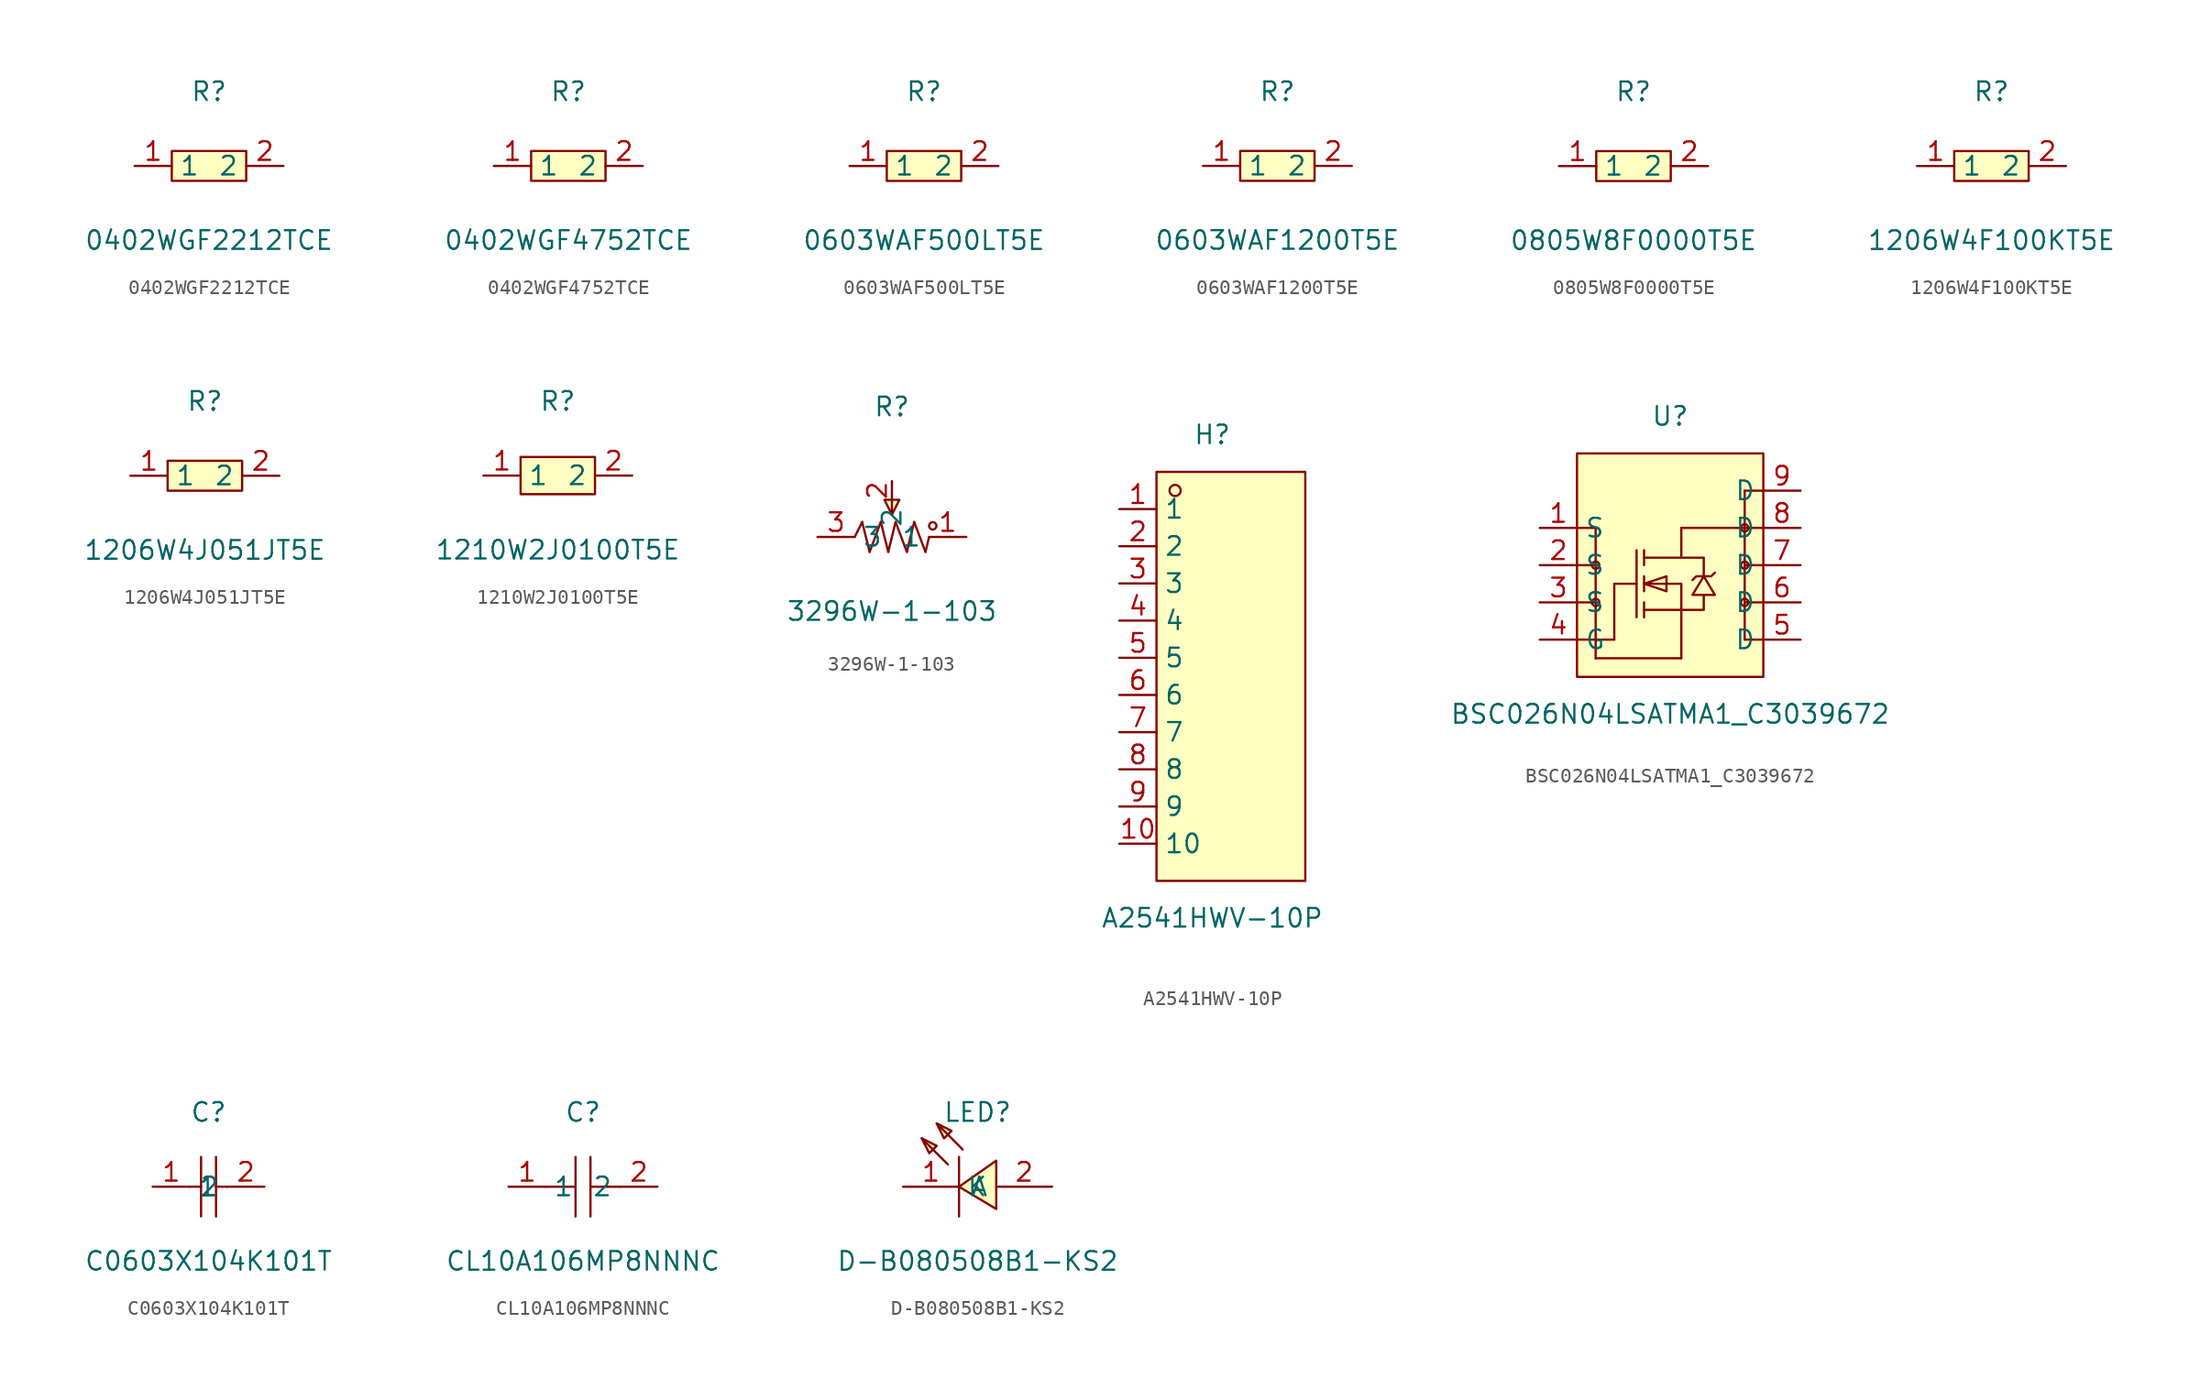
<source format=kicad_sym>
(kicad_symbol_lib
  (version 20231120)
  (generator "kicad_symbol_editor")
  (generator_version "8.0")
  (symbol "0402WGF2212TCE"
    (property "Reference" "R"
      (at 0 5.08 0)
      (effects (font (size 1.27 1.27))))
    (property "Value" "0402WGF2212TCE"
      (at 0 -5.08 0)
      (effects (font (size 1.27 1.27))))
    (symbol "0402WGF2212TCE_0_1"
      (rectangle (start -2.54 1.02) (end 2.54 -1.02) (stroke (width 0) (type default)) (fill (type background)))
      (pin input line (at -5.08 0 0) (length 2.54) (name "1" (effects (font (size 1.27 1.27)))) (number "1" (effects (font (size 1.27 1.27)))))
      (pin input line (at 5.08 0 180) (length 2.54) (name "2" (effects (font (size 1.27 1.27)))) (number "2" (effects (font (size 1.27 1.27)))))))
  (symbol "0402WGF4752TCE"
    (property "Reference" "R"
      (at 0 5.08 0)
      (effects (font (size 1.27 1.27))))
    (property "Value" "0402WGF4752TCE"
      (at 0 -5.08 0)
      (effects (font (size 1.27 1.27))))
    (symbol "0402WGF4752TCE_0_1"
      (rectangle (start -2.54 1.02) (end 2.54 -1.02) (stroke (width 0) (type default)) (fill (type background)))
      (pin input line (at -5.08 0 0) (length 2.54) (name "1" (effects (font (size 1.27 1.27)))) (number "1" (effects (font (size 1.27 1.27)))))
      (pin input line (at 5.08 0 180) (length 2.54) (name "2" (effects (font (size 1.27 1.27)))) (number "2" (effects (font (size 1.27 1.27)))))))
  (symbol "0603WAF500LT5E"
    (property "Reference" "R"
      (at 0 5.08 0)
      (effects (font (size 1.27 1.27))))
    (property "Value" "0603WAF500LT5E"
      (at 0 -5.08 0)
      (effects (font (size 1.27 1.27))))
    (symbol "0603WAF500LT5E_0_1"
      (rectangle (start -2.54 1.02) (end 2.54 -1.02) (stroke (width 0) (type default)) (fill (type background)))
      (pin input line (at -5.08 0 0) (length 2.54) (name "1" (effects (font (size 1.27 1.27)))) (number "1" (effects (font (size 1.27 1.27)))))
      (pin input line (at 5.08 0 180) (length 2.54) (name "2" (effects (font (size 1.27 1.27)))) (number "2" (effects (font (size 1.27 1.27)))))))
  (symbol "0603WAF1200T5E"
    (property "Reference" "R"
      (at 0 5.08 0)
      (effects (font (size 1.27 1.27))))
    (property "Value" "0603WAF1200T5E"
      (at 0 -5.08 0)
      (effects (font (size 1.27 1.27))))
    (symbol "0603WAF1200T5E_0_1"
      (rectangle (start -2.54 1.02) (end 2.54 -1.02) (stroke (width 0) (type default)) (fill (type background)))
      (pin input line (at -5.08 0 0) (length 2.54) (name "1" (effects (font (size 1.27 1.27)))) (number "1" (effects (font (size 1.27 1.27)))))
      (pin input line (at 5.08 0 180) (length 2.54) (name "2" (effects (font (size 1.27 1.27)))) (number "2" (effects (font (size 1.27 1.27)))))))
  (symbol "0805W8F0000T5E"
    (property "Reference" "R"
      (at 0 5.08 0)
      (effects (font (size 1.27 1.27))))
    (property "Value" "0805W8F0000T5E"
      (at 0 -5.08 0)
      (effects (font (size 1.27 1.27))))
    (symbol "0805W8F0000T5E_0_1"
      (rectangle (start -2.54 1.02) (end 2.54 -1.02) (stroke (width 0) (type default)) (fill (type background)))
      (pin input line (at -5.08 0 0) (length 2.54) (name "1" (effects (font (size 1.27 1.27)))) (number "1" (effects (font (size 1.27 1.27)))))
      (pin input line (at 5.08 0 180) (length 2.54) (name "2" (effects (font (size 1.27 1.27)))) (number "2" (effects (font (size 1.27 1.27)))))))
  (symbol "1206W4F100KT5E"
    (property "Reference" "R"
      (at 0 5.08 0)
      (effects (font (size 1.27 1.27))))
    (property "Value" "1206W4F100KT5E"
      (at 0 -5.08 0)
      (effects (font (size 1.27 1.27))))
    (symbol "1206W4F100KT5E_0_1"
      (rectangle (start -2.54 1.02) (end 2.54 -1.02) (stroke (width 0) (type default)) (fill (type background)))
      (pin input line (at -5.08 0 0) (length 2.54) (name "1" (effects (font (size 1.27 1.27)))) (number "1" (effects (font (size 1.27 1.27)))))
      (pin input line (at 5.08 0 180) (length 2.54) (name "2" (effects (font (size 1.27 1.27)))) (number "2" (effects (font (size 1.27 1.27)))))))
  (symbol "1206W4J051JT5E"
    (property "Reference" "R"
      (at 0 5.08 0)
      (effects (font (size 1.27 1.27))))
    (property "Value" "1206W4J051JT5E"
      (at 0 -5.08 0)
      (effects (font (size 1.27 1.27))))
    (symbol "1206W4J051JT5E_0_1"
      (rectangle (start -2.54 1.02) (end 2.54 -1.02) (stroke (width 0) (type default)) (fill (type background)))
      (pin input line (at -5.08 0 0) (length 2.54) (name "1" (effects (font (size 1.27 1.27)))) (number "1" (effects (font (size 1.27 1.27)))))
      (pin input line (at 5.08 0 180) (length 2.54) (name "2" (effects (font (size 1.27 1.27)))) (number "2" (effects (font (size 1.27 1.27)))))))
  (symbol "1210W2J0100T5E"
    (property "Reference" "R"
      (at 0 5.08 0)
      (effects (font (size 1.27 1.27))))
    (property "Value" "1210W2J0100T5E"
      (at 0 -5.08 0)
      (effects (font (size 1.27 1.27))))
    (symbol "1210W2J0100T5E_0_1"
      (rectangle (start -2.54 1.27) (end 2.54 -1.27) (stroke (width 0) (type default)) (fill (type background)))
      (pin unspecified line (at -5.08 0 0) (length 2.54) (name "1" (effects (font (size 1.27 1.27)))) (number "1" (effects (font (size 1.27 1.27)))))
      (pin unspecified line (at 5.08 0 180) (length 2.54) (name "2" (effects (font (size 1.27 1.27)))) (number "2" (effects (font (size 1.27 1.27)))))))
  (symbol "3296W-1-103"
    (property "Reference" "R"
      (at 0 8.89 0)
      (effects (font (size 1.27 1.27))))
    (property "Value" "3296W-1-103"
      (at 0 -5.08 0)
      (effects (font (size 1.27 1.27))))
    (symbol "3296W-1-103_0_1"
      (polyline (pts (xy -2.54 0) (xy -2.03 1.02)) (stroke (width 0) (type default)) (fill (type none)))
      (polyline (pts (xy -2.03 1.02) (xy -1.52 -1.02)) (stroke (width 0) (type default)) (fill (type none)))
      (polyline (pts (xy -1.52 -1.02) (xy -0.76 1.02)) (stroke (width 0) (type default)) (fill (type none)))
      (polyline (pts (xy -0.76 1.02) (xy -0.25 -1.02)) (stroke (width 0) (type default)) (fill (type none)))
      (polyline (pts (xy -0.25 -1.02) (xy 0.25 1.02)) (stroke (width 0) (type default)) (fill (type none)))
      (polyline (pts (xy 0 2.54) (xy 0 1.52)) (stroke (width 0) (type default)) (fill (type none)))
      (polyline (pts (xy 0.25 1.02) (xy 1.02 -1.02)) (stroke (width 0) (type default)) (fill (type none)))
      (polyline (pts (xy 1.02 -1.02) (xy 1.52 1.02)) (stroke (width 0) (type default)) (fill (type none)))
      (polyline (pts (xy 1.52 1.02) (xy 2.29 -1.02)) (stroke (width 0) (type default)) (fill (type none)))
      (polyline (pts (xy 2.29 -1.02) (xy 2.54 0)) (stroke (width 0) (type default)) (fill (type none)))
      (polyline (pts (xy -0.51 2.54) (xy 0 1.52) (xy 0.51 2.54) (xy -0.51 2.54)) (stroke (width 0) (type default)) (fill (type background)))
      (circle (center 2.79 0.76) (radius 0.25) (stroke (width 0) (type default)) (fill (type none)))
      (pin unspecified line (at 5.08 0 180) (length 2.54) (name "1" (effects (font (size 1.27 1.27)))) (number "1" (effects (font (size 1.27 1.27)))))
      (pin unspecified line (at 0 3.81 270) (length 1.27) (name "2" (effects (font (size 1.27 1.27)))) (number "2" (effects (font (size 1.27 1.27)))))
      (pin unspecified line (at -5.08 0 0) (length 2.54) (name "3" (effects (font (size 1.27 1.27)))) (number "3" (effects (font (size 1.27 1.27)))))))
  (symbol "A2541HWV-10P"
    (property "Reference" "H"
      (at 0 16.51 0)
      (effects (font (size 1.27 1.27))))
    (property "Value" "A2541HWV-10P"
      (at 0 -16.51 0)
      (effects (font (size 1.27 1.27))))
    (symbol "A2541HWV-10P_0_1"
      (rectangle (start -3.81 13.97) (end 6.35 -13.97) (stroke (width 0) (type default)) (fill (type background)))
      (circle (center -2.54 12.7) (radius 0.38) (stroke (width 0) (type default)) (fill (type none)))
      (pin unspecified line (at -6.35 11.43 0) (length 2.54) (name "1" (effects (font (size 1.27 1.27)))) (number "1" (effects (font (size 1.27 1.27)))))
      (pin unspecified line (at -6.35 -11.43 0) (length 2.54) (name "10" (effects (font (size 1.27 1.27)))) (number "10" (effects (font (size 1.27 1.27)))))
      (pin unspecified line (at -6.35 8.89 0) (length 2.54) (name "2" (effects (font (size 1.27 1.27)))) (number "2" (effects (font (size 1.27 1.27)))))
      (pin unspecified line (at -6.35 6.35 0) (length 2.54) (name "3" (effects (font (size 1.27 1.27)))) (number "3" (effects (font (size 1.27 1.27)))))
      (pin unspecified line (at -6.35 3.81 0) (length 2.54) (name "4" (effects (font (size 1.27 1.27)))) (number "4" (effects (font (size 1.27 1.27)))))
      (pin unspecified line (at -6.35 1.27 0) (length 2.54) (name "5" (effects (font (size 1.27 1.27)))) (number "5" (effects (font (size 1.27 1.27)))))
      (pin unspecified line (at -6.35 -1.27 0) (length 2.54) (name "6" (effects (font (size 1.27 1.27)))) (number "6" (effects (font (size 1.27 1.27)))))
      (pin unspecified line (at -6.35 -3.81 0) (length 2.54) (name "7" (effects (font (size 1.27 1.27)))) (number "7" (effects (font (size 1.27 1.27)))))
      (pin unspecified line (at -6.35 -6.35 0) (length 2.54) (name "8" (effects (font (size 1.27 1.27)))) (number "8" (effects (font (size 1.27 1.27)))))
      (pin unspecified line (at -6.35 -8.89 0) (length 2.54) (name "9" (effects (font (size 1.27 1.27)))) (number "9" (effects (font (size 1.27 1.27)))))))
  (symbol "BSC026N04LSATMA1_C3039672"
    (property "Reference" "U"
      (at 0 10.16 0)
      (effects (font (size 1.27 1.27))))
    (property "Value" "BSC026N04LSATMA1_C3039672"
      (at 0 -10.16 0)
      (effects (font (size 1.27 1.27))))
    (symbol "BSC026N04LSATMA1_C3039672_0_1"
      (rectangle (start -6.35 7.62) (end 6.35 -7.62) (stroke (width 0) (type default)) (fill (type background)))
      (circle (center -5.08 -2.54) (radius 0.25) (stroke (width 0) (type default)) (fill (type none)))
      (circle (center -5.08 0) (radius 0.25) (stroke (width 0) (type default)) (fill (type none)))
      (polyline (pts (xy -6.35 -5.08) (xy -3.81 -5.08)) (stroke (width 0) (type default)) (fill (type none)))
      (polyline (pts (xy -6.35 -2.54) (xy -5.08 -2.54)) (stroke (width 0) (type default)) (fill (type none)))
      (polyline (pts (xy -6.35 0) (xy -5.08 0)) (stroke (width 0) (type default)) (fill (type none)))
      (polyline (pts (xy -6.35 2.54) (xy -5.08 2.54)) (stroke (width 0) (type default)) (fill (type none)))
      (polyline (pts (xy -5.08 -6.35) (xy 0.76 -6.35)) (stroke (width 0) (type default)) (fill (type none)))
      (polyline (pts (xy -5.08 2.54) (xy -5.08 -6.35)) (stroke (width 0) (type default)) (fill (type none)))
      (polyline (pts (xy -3.81 -1.27) (xy -3.81 -5.08)) (stroke (width 0) (type default)) (fill (type none)))
      (polyline (pts (xy -3.81 -1.27) (xy -2.29 -1.27)) (stroke (width 0) (type default)) (fill (type none)))
      (polyline (pts (xy -2.29 1.02) (xy -2.29 -3.56)) (stroke (width 0) (type default)) (fill (type none)))
      (polyline (pts (xy -1.78 -3.56) (xy -1.78 -2.54)) (stroke (width 0) (type default)) (fill (type none)))
      (polyline (pts (xy -1.78 -1.78) (xy -1.78 -0.76)) (stroke (width 0) (type default)) (fill (type none)))
      (polyline (pts (xy -1.78 1.02) (xy -1.78 0)) (stroke (width 0) (type default)) (fill (type none)))
      (polyline (pts (xy 0.76 -3.05) (xy -1.78 -3.05)) (stroke (width 0) (type default)) (fill (type none)))
      (polyline (pts (xy 0.76 -3.05) (xy 0.76 -6.35)) (stroke (width 0) (type default)) (fill (type none)))
      (polyline (pts (xy 0.76 2.54) (xy 0.76 0.51)) (stroke (width 0) (type default)) (fill (type none)))
      (polyline (pts (xy 0.76 2.54) (xy 6.35 2.54)) (stroke (width 0) (type default)) (fill (type none)))
      (polyline (pts (xy 5.08 0) (xy 6.35 0)) (stroke (width 0) (type default)) (fill (type none)))
      (polyline (pts (xy 5.08 5.08) (xy 5.08 -5.08)) (stroke (width 0) (type default)) (fill (type none)))
      (polyline (pts (xy 5.08 5.08) (xy 6.35 5.08)) (stroke (width 0) (type default)) (fill (type none)))
      (polyline (pts (xy 6.35 -5.08) (xy 5.08 -5.08)) (stroke (width 0) (type default)) (fill (type none)))
      (polyline (pts (xy 6.35 -2.54) (xy 5.08 -2.54)) (stroke (width 0) (type default)) (fill (type none)))
      (polyline (pts (xy -1.78 -1.27) (xy -0.25 -1.78) (xy -0.25 -0.76) (xy -1.78 -1.27)) (stroke (width 0) (type default)) (fill (type background)))
      (polyline (pts (xy 2.29 -0.76) (xy 1.52 -2.03) (xy 3.05 -2.03) (xy 2.29 -0.76)) (stroke (width 0) (type default)) (fill (type background)))
      (polyline (pts (xy 3.05 -0.51) (xy 2.79 -0.76) (xy 1.78 -0.76) (xy 1.52 -1.02)) (stroke (width 0) (type default)) (fill (type none)))
      (polyline (pts (xy -1.78 -1.27) (xy 0.76 -1.27) (xy 0.76 -3.05) (xy 2.29 -3.05) (xy 2.29 -2.03)) (stroke (width 0) (type default)) (fill (type none)))
      (polyline (pts (xy -1.78 0.51) (xy 0.76 0.51) (xy 0.76 0.51) (xy 2.29 0.51) (xy 2.29 -0.76)) (stroke (width 0) (type default)) (fill (type none)))
      (circle (center 5.08 -2.54) (radius 0.25) (stroke (width 0) (type default)) (fill (type none)))
      (circle (center 5.08 0) (radius 0.25) (stroke (width 0) (type default)) (fill (type none)))
      (circle (center 5.08 2.54) (radius 0.25) (stroke (width 0) (type default)) (fill (type none)))
      (pin unspecified line (at -8.89 2.54 0) (length 2.54) (name "S" (effects (font (size 1.27 1.27)))) (number "1" (effects (font (size 1.27 1.27)))))
      (pin unspecified line (at -8.89 0 0) (length 2.54) (name "S" (effects (font (size 1.27 1.27)))) (number "2" (effects (font (size 1.27 1.27)))))
      (pin unspecified line (at -8.89 -2.54 0) (length 2.54) (name "S" (effects (font (size 1.27 1.27)))) (number "3" (effects (font (size 1.27 1.27)))))
      (pin unspecified line (at -8.89 -5.08 0) (length 2.54) (name "G" (effects (font (size 1.27 1.27)))) (number "4" (effects (font (size 1.27 1.27)))))
      (pin unspecified line (at 8.89 -5.08 180) (length 2.54) (name "D" (effects (font (size 1.27 1.27)))) (number "5" (effects (font (size 1.27 1.27)))))
      (pin unspecified line (at 8.89 -2.54 180) (length 2.54) (name "D" (effects (font (size 1.27 1.27)))) (number "6" (effects (font (size 1.27 1.27)))))
      (pin unspecified line (at 8.89 0 180) (length 2.54) (name "D" (effects (font (size 1.27 1.27)))) (number "7" (effects (font (size 1.27 1.27)))))
      (pin unspecified line (at 8.89 2.54 180) (length 2.54) (name "D" (effects (font (size 1.27 1.27)))) (number "8" (effects (font (size 1.27 1.27)))))
      (pin unspecified line (at 8.89 5.08 180) (length 2.54) (name "D" (effects (font (size 1.27 1.27)))) (number "9" (effects (font (size 1.27 1.27)))))))
  (symbol "C0603X104K101T"
    (property "Reference" "C"
      (at 0 5.08 0)
      (effects (font (size 1.27 1.27))))
    (property "Value" "C0603X104K101T"
      (at 0 -5.08 0)
      (effects (font (size 1.27 1.27))))
    (symbol "C0603X104K101T_0_1"
      (polyline (pts (xy -1.27 0) (xy -0.51 0)) (stroke (width 0) (type default)) (fill (type none)))
      (polyline (pts (xy -0.51 2.03) (xy -0.51 -2.03)) (stroke (width 0) (type default)) (fill (type none)))
      (polyline (pts (xy 0.51 0) (xy 1.27 0)) (stroke (width 0) (type default)) (fill (type none)))
      (polyline (pts (xy 0.51 2.03) (xy 0.51 -2.03)) (stroke (width 0) (type default)) (fill (type none)))
      (pin input line (at -3.81 0 0) (length 2.54) (name "1" (effects (font (size 1.27 1.27)))) (number "1" (effects (font (size 1.27 1.27)))))
      (pin input line (at 3.81 0 180) (length 2.54) (name "2" (effects (font (size 1.27 1.27)))) (number "2" (effects (font (size 1.27 1.27)))))))
  (symbol "CL10A106MP8NNNC"
    (property "Reference" "C"
      (at 0 5.08 0)
      (effects (font (size 1.27 1.27))))
    (property "Value" "CL10A106MP8NNNC"
      (at 0 -5.08 0)
      (effects (font (size 1.27 1.27))))
    (symbol "CL10A106MP8NNNC_0_1"
      (polyline (pts (xy -0.51 -2.03) (xy -0.51 2.03)) (stroke (width 0) (type default)) (fill (type none)))
      (polyline (pts (xy -0.51 0) (xy -2.54 0)) (stroke (width 0) (type default)) (fill (type none)))
      (polyline (pts (xy 0.51 2.03) (xy 0.51 -2.03)) (stroke (width 0) (type default)) (fill (type none)))
      (polyline (pts (xy 2.54 0) (xy 0.51 0)) (stroke (width 0) (type default)) (fill (type none)))
      (pin unspecified line (at -5.08 0 0) (length 2.54) (name "1" (effects (font (size 1.27 1.27)))) (number "1" (effects (font (size 1.27 1.27)))))
      (pin unspecified line (at 5.08 0 180) (length 2.54) (name "2" (effects (font (size 1.27 1.27)))) (number "2" (effects (font (size 1.27 1.27)))))))
  (symbol "D-B080508B1-KS2"
    (property "Reference" "LED"
      (at 0 5.08 0)
      (effects (font (size 1.27 1.27))))
    (property "Value" "D-B080508B1-KS2"
      (at 0 -5.08 0)
      (effects (font (size 1.27 1.27))))
    (symbol "D-B080508B1-KS2_0_1"
      (polyline (pts (xy -2.03 1.52) (xy -3.81 3.3)) (stroke (width 0) (type default)) (fill (type none)))
      (polyline (pts (xy -1.27 2.03) (xy -1.27 -2.03)) (stroke (width 0) (type default)) (fill (type none)))
      (polyline (pts (xy -1.02 2.54) (xy -2.79 4.32)) (stroke (width 0) (type default)) (fill (type none)))
      (polyline (pts (xy -3.81 3.3) (xy -2.79 2.79) (xy -3.3 2.29) (xy -3.81 3.3)) (stroke (width 0) (type default)) (fill (type background)))
      (polyline (pts (xy -2.79 4.32) (xy -1.78 3.81) (xy -2.29 3.3) (xy -2.79 4.32)) (stroke (width 0) (type default)) (fill (type background)))
      (polyline (pts (xy 1.27 -1.52) (xy -1.27 0) (xy 1.27 1.78) (xy 1.27 -1.52)) (stroke (width 0) (type default)) (fill (type background)))
      (pin unspecified line (at -5.08 0 0) (length 3.81) (name "K" (effects (font (size 1.27 1.27)))) (number "1" (effects (font (size 1.27 1.27)))))
      (pin unspecified line (at 5.08 0 180) (length 3.81) (name "A" (effects (font (size 1.27 1.27)))) (number "2" (effects (font (size 1.27 1.27))))))))
</source>
